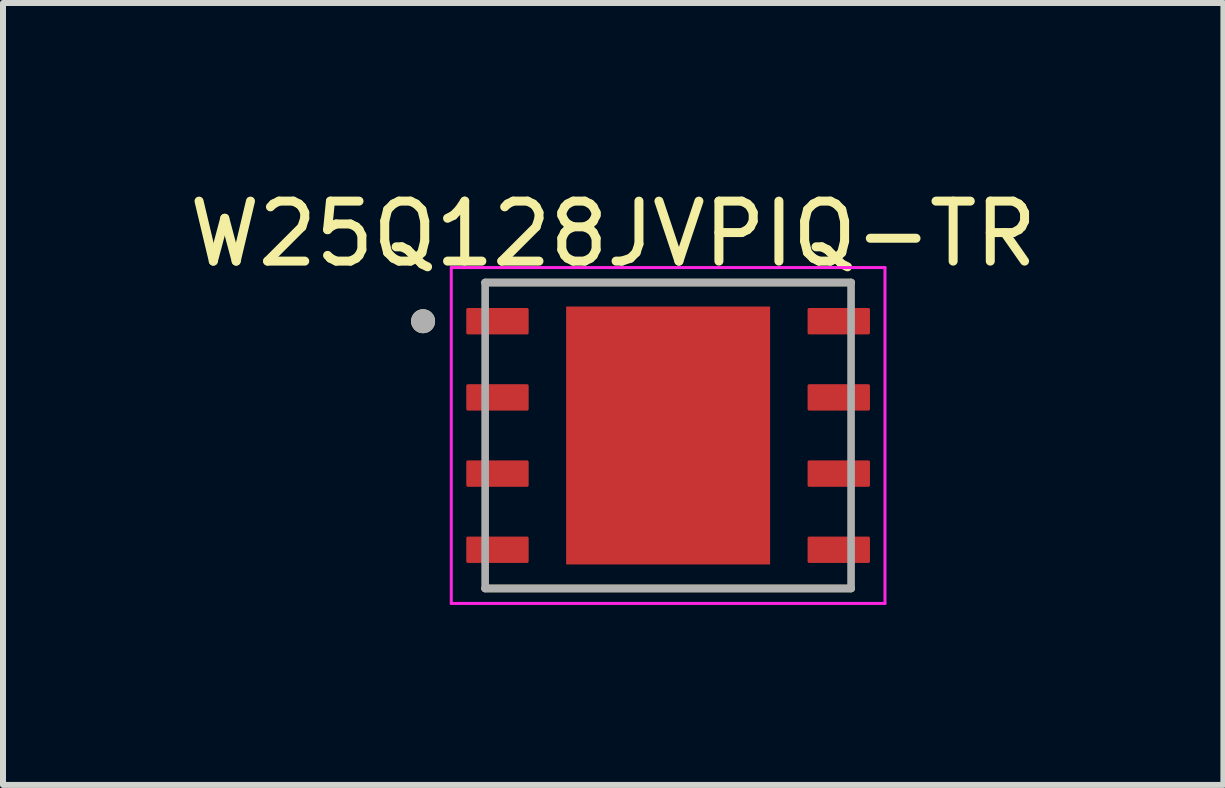
<source format=kicad_pcb>
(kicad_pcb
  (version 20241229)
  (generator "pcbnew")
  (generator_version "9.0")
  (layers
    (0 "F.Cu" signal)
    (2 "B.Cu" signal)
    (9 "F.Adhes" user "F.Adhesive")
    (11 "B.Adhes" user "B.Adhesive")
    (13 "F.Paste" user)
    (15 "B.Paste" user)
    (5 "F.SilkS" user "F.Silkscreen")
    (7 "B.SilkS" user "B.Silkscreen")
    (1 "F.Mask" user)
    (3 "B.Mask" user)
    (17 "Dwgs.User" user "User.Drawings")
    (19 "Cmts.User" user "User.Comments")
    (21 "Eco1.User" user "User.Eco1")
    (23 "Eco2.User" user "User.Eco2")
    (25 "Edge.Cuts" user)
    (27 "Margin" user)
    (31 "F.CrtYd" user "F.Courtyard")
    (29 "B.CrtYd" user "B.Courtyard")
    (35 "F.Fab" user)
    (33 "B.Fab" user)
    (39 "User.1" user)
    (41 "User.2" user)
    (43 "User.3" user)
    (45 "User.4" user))
  (footprint "W25Q128JVPIQ-TR"
    (layer "F.Cu")
    (at 8.088 4.21)
    (property "Reference" "W25Q128JVPIQ-TR" (at -0.915 -3.362 0) (layer "F.SilkS") (effects (font (size 1 1) (thickness 0.15))))
    (attr through_hole)
    (fp_line (start -3.05 -2.55) (end 3.05 -2.55) (stroke (width 0.127) (type solid)) (layer "F.SilkS"))
    (fp_line (start -3.05 2.55) (end 3.05 2.55) (stroke (width 0.127) (type solid)) (layer "F.SilkS"))
    (fp_circle (center -4.085 -1.905) (end -3.985 -1.905) (stroke (width 0.2) (type solid)) (fill no) (layer "F.SilkS"))
    (fp_poly (pts (xy -1.08 -1.36) (xy 1.08 -1.36) (xy 1.08 1.36) (xy -1.08 1.36)) (stroke (width 0.01) (type solid)) (fill yes) (layer "F.Paste"))
    (fp_line (start -3.615 -2.8) (end -3.615 2.8) (stroke (width 0.05) (type solid)) (layer "F.CrtYd"))
    (fp_line (start -3.615 -2.8) (end 3.615 -2.8) (stroke (width 0.05) (type solid)) (layer "F.CrtYd"))
    (fp_line (start -3.615 2.8) (end 3.615 2.8) (stroke (width 0.05) (type solid)) (layer "F.CrtYd"))
    (fp_line (start 3.615 -2.8) (end 3.615 2.8) (stroke (width 0.05) (type solid)) (layer "F.CrtYd"))
    (fp_line (start -3.05 -2.55) (end -3.05 2.55) (stroke (width 0.127) (type solid)) (layer "F.Fab"))
    (fp_line (start -3.05 -2.55) (end 3.05 -2.55) (stroke (width 0.127) (type solid)) (layer "F.Fab"))
    (fp_line (start -3.05 2.55) (end 3.05 2.55) (stroke (width 0.127) (type solid)) (layer "F.Fab"))
    (fp_line (start 3.05 -2.55) (end 3.05 2.55) (stroke (width 0.127) (type solid)) (layer "F.Fab"))
    (fp_circle (center -4.085 -1.905) (end -3.985 -1.905) (stroke (width 0.2) (type solid)) (fill no) (layer "F.Fab"))
    (pad "1" smd roundrect (at -2.845 -1.905) (size 1.04 0.44) (layers "F.Cu" "F.Mask" "F.Paste") (roundrect_rratio 0.06))
    (pad "2" smd roundrect (at -2.845 -0.635) (size 1.04 0.44) (layers "F.Cu" "F.Mask" "F.Paste") (roundrect_rratio 0.06))
    (pad "3" smd roundrect (at -2.845 0.635) (size 1.04 0.44) (layers "F.Cu" "F.Mask" "F.Paste") (roundrect_rratio 0.06))
    (pad "4" smd roundrect (at -2.845 1.905) (size 1.04 0.44) (layers "F.Cu" "F.Mask" "F.Paste") (roundrect_rratio 0.06))
    (pad "5" smd roundrect (at 2.845 1.905) (size 1.04 0.44) (layers "F.Cu" "F.Mask" "F.Paste") (roundrect_rratio 0.06))
    (pad "6" smd roundrect (at 2.845 0.635) (size 1.04 0.44) (layers "F.Cu" "F.Mask" "F.Paste") (roundrect_rratio 0.06))
    (pad "7" smd roundrect (at 2.845 -0.635) (size 1.04 0.44) (layers "F.Cu" "F.Mask" "F.Paste") (roundrect_rratio 0.06))
    (pad "8" smd roundrect (at 2.845 -1.905) (size 1.04 0.44) (layers "F.Cu" "F.Mask" "F.Paste") (roundrect_rratio 0.06))
    (pad "9" smd rect (at 0 0) (size 3.4 4.3) (layers "F.Cu" "F.Mask")))
  (gr_rect
    (start -3 -3)
    (end 17.345 10.035)
    (stroke (width 0.1) (type default))
    (fill no)
    (layer "Edge.Cuts")))
</source>
